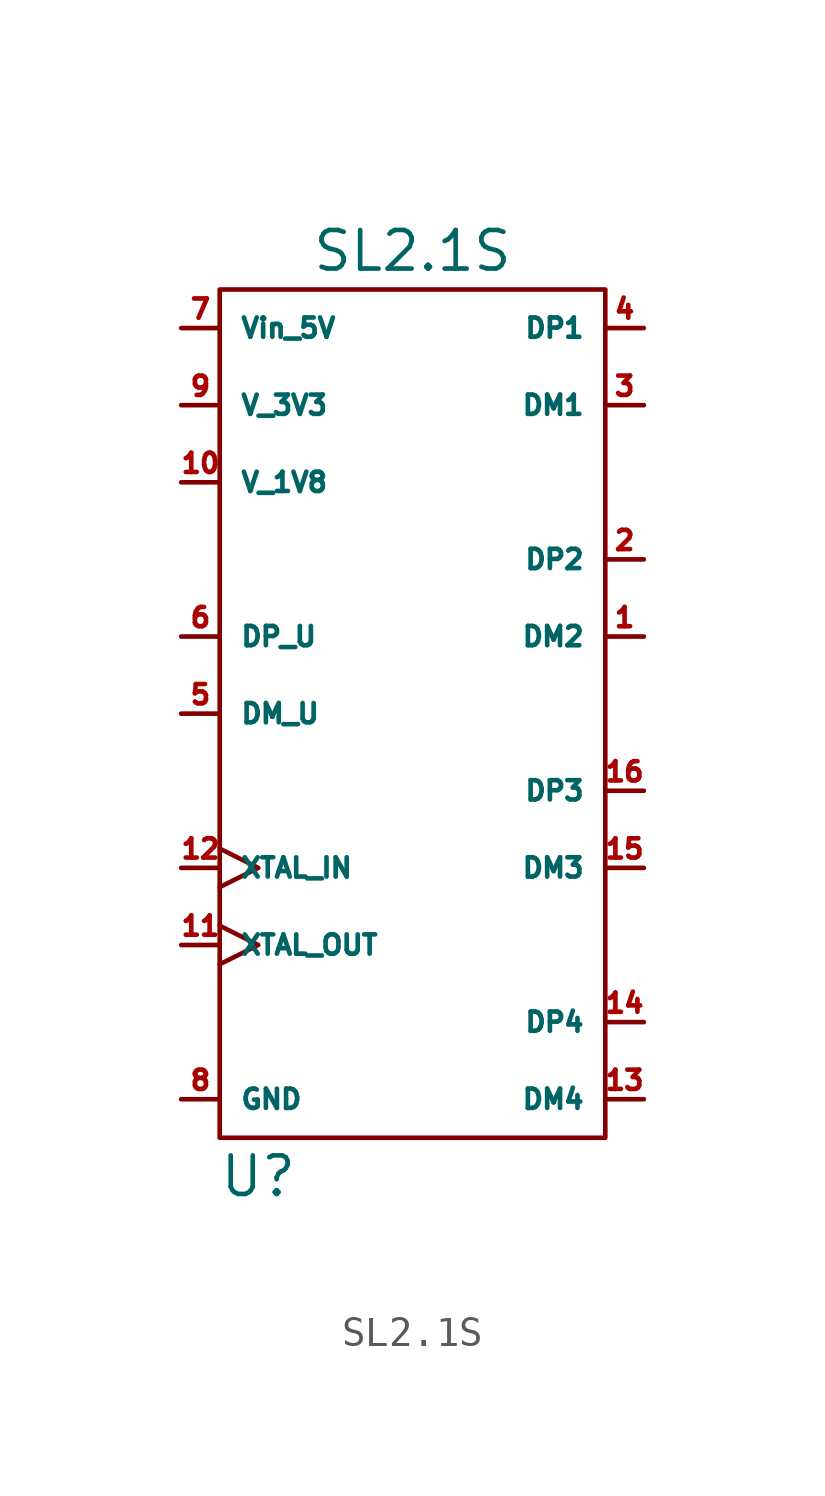
<source format=kicad_sym>
(kicad_symbol_lib
  (version 20211014)
  (generator kicad_symbol_editor)
  (symbol "SL2.1S"
    (pin_names
      (offset 0.635))
    (property "Reference" "U"
      (at -5.08 -15.24 0)
      (effects (font (size 1.27 1.27))))
    (property "Value" "SL2.1S"
      (at 0 15.24 0)
      (effects (font (size 1.27 1.27))))
    (symbol "SL2.1S_0_1"
      (rectangle (start -6.35 13.97) (end 6.35 -13.97) (stroke (width 0) (type default) (color 0 0 0 0)) (fill (type none))))
    (symbol "SL2.1S_1_1"
      (pin bidirectional line (at 7.62 2.54 180) (length 1.27) (name "DM2" (effects (font (size 0.635 0.635)))) (number "1" (effects (font (size 0.635 0.635)))))
      (pin power_out line (at -7.62 7.62 0) (length 1.27) (name "V_1V8" (effects (font (size 0.635 0.635)))) (number "10" (effects (font (size 0.635 0.635)))))
      (pin output clock (at -7.62 -7.62 0) (length 1.27) (name "XTAL_OUT" (effects (font (size 0.635 0.635)))) (number "11" (effects (font (size 0.635 0.635)))))
      (pin input clock (at -7.62 -5.08 0) (length 1.27) (name "XTAL_IN" (effects (font (size 0.635 0.635)))) (number "12" (effects (font (size 0.635 0.635)))))
      (pin bidirectional line (at 7.62 -12.7 180) (length 1.27) (name "DM4" (effects (font (size 0.635 0.635)))) (number "13" (effects (font (size 0.635 0.635)))))
      (pin bidirectional line (at 7.62 -10.16 180) (length 1.27) (name "DP4" (effects (font (size 0.635 0.635)))) (number "14" (effects (font (size 0.635 0.635)))))
      (pin bidirectional line (at 7.62 -5.08 180) (length 1.27) (name "DM3" (effects (font (size 0.635 0.635)))) (number "15" (effects (font (size 0.635 0.635)))))
      (pin bidirectional line (at 7.62 -2.54 180) (length 1.27) (name "DP3" (effects (font (size 0.635 0.635)))) (number "16" (effects (font (size 0.635 0.635)))))
      (pin bidirectional line (at 7.62 5.08 180) (length 1.27) (name "DP2" (effects (font (size 0.635 0.635)))) (number "2" (effects (font (size 0.635 0.635)))))
      (pin bidirectional line (at 7.62 10.16 180) (length 1.27) (name "DM1" (effects (font (size 0.635 0.635)))) (number "3" (effects (font (size 0.635 0.635)))))
      (pin bidirectional line (at 7.62 12.7 180) (length 1.27) (name "DP1" (effects (font (size 0.635 0.635)))) (number "4" (effects (font (size 0.635 0.635)))))
      (pin bidirectional line (at -7.62 0 0) (length 1.27) (name "DM_U" (effects (font (size 0.635 0.635)))) (number "5" (effects (font (size 0.635 0.635)))))
      (pin bidirectional line (at -7.62 2.54 0) (length 1.27) (name "DP_U" (effects (font (size 0.635 0.635)))) (number "6" (effects (font (size 0.635 0.635)))))
      (pin power_in line (at -7.62 12.7 0) (length 1.27) (name "Vin_5V" (effects (font (size 0.635 0.635)))) (number "7" (effects (font (size 0.635 0.635)))))
      (pin power_in line (at -7.62 -12.7 0) (length 1.27) (name "GND" (effects (font (size 0.635 0.635)))) (number "8" (effects (font (size 0.635 0.635)))))
      (pin power_out line (at -7.62 10.16 0) (length 1.27) (name "V_3V3" (effects (font (size 0.635 0.635)))) (number "9" (effects (font (size 0.635 0.635))))))))
</source>
